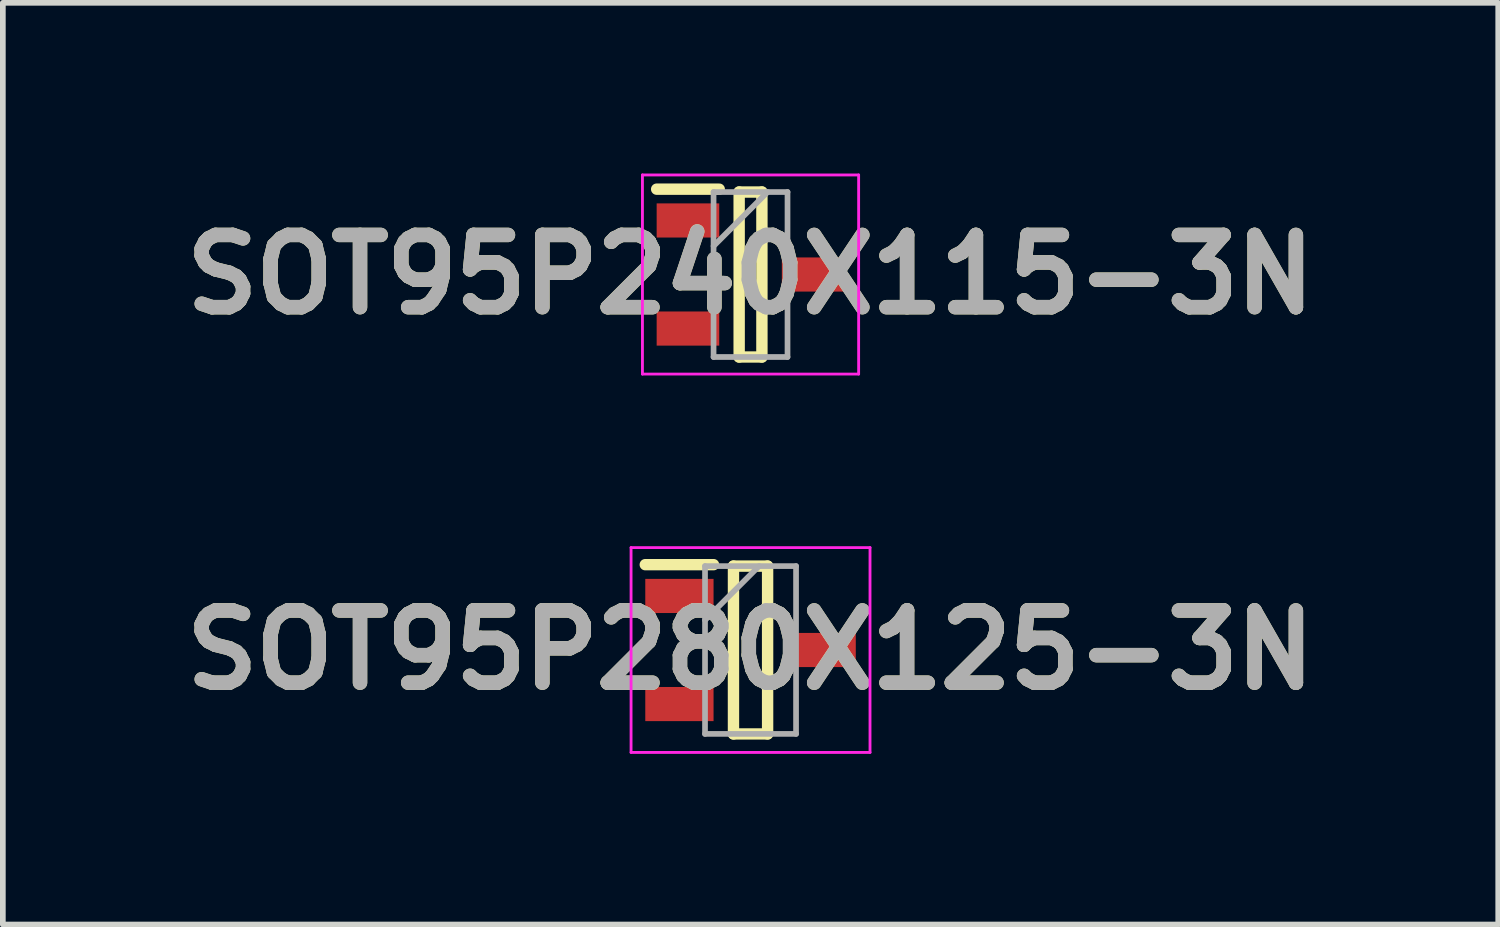
<source format=kicad_pcb>
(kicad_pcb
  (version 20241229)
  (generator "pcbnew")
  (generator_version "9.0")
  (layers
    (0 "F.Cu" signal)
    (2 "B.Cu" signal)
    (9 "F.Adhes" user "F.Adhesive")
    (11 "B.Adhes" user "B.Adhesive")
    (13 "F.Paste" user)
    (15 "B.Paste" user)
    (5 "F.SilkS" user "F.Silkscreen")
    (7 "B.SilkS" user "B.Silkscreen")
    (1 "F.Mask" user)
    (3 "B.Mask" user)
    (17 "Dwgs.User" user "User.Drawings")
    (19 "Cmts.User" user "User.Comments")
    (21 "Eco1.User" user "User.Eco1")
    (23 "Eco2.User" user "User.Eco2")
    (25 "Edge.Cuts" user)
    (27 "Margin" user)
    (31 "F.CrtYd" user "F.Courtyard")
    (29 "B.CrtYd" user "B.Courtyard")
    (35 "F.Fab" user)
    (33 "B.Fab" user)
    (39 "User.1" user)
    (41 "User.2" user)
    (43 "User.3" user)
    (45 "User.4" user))
  (footprint "SOT95P240X115-3N"
    (layer "F.Cu")
    (at 10.142 1.775)
    (property "Reference" "SOT95P240X115-3N" (at 0 0 0) (layer "F.SilkS") (effects (font (size 1.27 1.27) (thickness 0.254))))
    (attr smd)
    (fp_line (start -1.65 -1.5) (end -0.55 -1.5) (stroke (width 0.2) (type solid)) (layer "F.SilkS"))
    (fp_line (start -0.2 -1.45) (end 0.2 -1.45) (stroke (width 0.2) (type solid)) (layer "F.SilkS"))
    (fp_line (start -0.2 1.45) (end -0.2 -1.45) (stroke (width 0.2) (type solid)) (layer "F.SilkS"))
    (fp_line (start 0.2 -1.45) (end 0.2 1.45) (stroke (width 0.2) (type solid)) (layer "F.SilkS"))
    (fp_line (start 0.2 1.45) (end -0.2 1.45) (stroke (width 0.2) (type solid)) (layer "F.SilkS"))
    (fp_line (start -1.9 -1.75) (end 1.9 -1.75) (stroke (width 0.05) (type solid)) (layer "F.CrtYd"))
    (fp_line (start -1.9 1.75) (end -1.9 -1.75) (stroke (width 0.05) (type solid)) (layer "F.CrtYd"))
    (fp_line (start 1.9 -1.75) (end 1.9 1.75) (stroke (width 0.05) (type solid)) (layer "F.CrtYd"))
    (fp_line (start 1.9 1.75) (end -1.9 1.75) (stroke (width 0.05) (type solid)) (layer "F.CrtYd"))
    (fp_line (start -0.65 -1.45) (end 0.65 -1.45) (stroke (width 0.1) (type solid)) (layer "F.Fab"))
    (fp_line (start -0.65 -0.5) (end 0.3 -1.45) (stroke (width 0.1) (type solid)) (layer "F.Fab"))
    (fp_line (start -0.65 1.45) (end -0.65 -1.45) (stroke (width 0.1) (type solid)) (layer "F.Fab"))
    (fp_line (start 0.65 -1.45) (end 0.65 1.45) (stroke (width 0.1) (type solid)) (layer "F.Fab"))
    (fp_line (start 0.65 1.45) (end -0.65 1.45) (stroke (width 0.1) (type solid)) (layer "F.Fab"))
    (fp_text user "${REFERENCE}" (at 0 0 0) (layer "F.Fab") (effects (font (size 1.27 1.27) (thickness 0.254))))
    (pad "1" smd rect (at -1.1 -0.95 90) (size 0.6 1.1) (layers "F.Cu" "F.Mask" "F.Paste"))
    (pad "2" smd rect (at -1.1 0.95 90) (size 0.6 1.1) (layers "F.Cu" "F.Mask" "F.Paste"))
    (pad "3" smd rect (at 1.1 0 90) (size 0.6 1.1) (layers "F.Cu" "F.Mask" "F.Paste")))
  (footprint "SOT95P280X125-3N"
    (layer "F.Cu")
    (at 10.142 8.375)
    (property "Reference" "SOT95P280X125-3N" (at 0 0 0) (layer "F.SilkS") (effects (font (size 1.27 1.27) (thickness 0.254))))
    (attr smd)
    (fp_line (start -1.85 -1.5) (end -0.65 -1.5) (stroke (width 0.2) (type solid)) (layer "F.SilkS"))
    (fp_line (start -0.3 -1.475) (end 0.3 -1.475) (stroke (width 0.2) (type solid)) (layer "F.SilkS"))
    (fp_line (start -0.3 1.475) (end -0.3 -1.475) (stroke (width 0.2) (type solid)) (layer "F.SilkS"))
    (fp_line (start 0.3 -1.475) (end 0.3 1.475) (stroke (width 0.2) (type solid)) (layer "F.SilkS"))
    (fp_line (start 0.3 1.475) (end -0.3 1.475) (stroke (width 0.2) (type solid)) (layer "F.SilkS"))
    (fp_line (start -2.1 -1.8) (end 2.1 -1.8) (stroke (width 0.05) (type solid)) (layer "F.CrtYd"))
    (fp_line (start -2.1 1.8) (end -2.1 -1.8) (stroke (width 0.05) (type solid)) (layer "F.CrtYd"))
    (fp_line (start 2.1 -1.8) (end 2.1 1.8) (stroke (width 0.05) (type solid)) (layer "F.CrtYd"))
    (fp_line (start 2.1 1.8) (end -2.1 1.8) (stroke (width 0.05) (type solid)) (layer "F.CrtYd"))
    (fp_line (start -0.8 -1.475) (end 0.8 -1.475) (stroke (width 0.1) (type solid)) (layer "F.Fab"))
    (fp_line (start -0.8 -0.525) (end 0.15 -1.475) (stroke (width 0.1) (type solid)) (layer "F.Fab"))
    (fp_line (start -0.8 1.475) (end -0.8 -1.475) (stroke (width 0.1) (type solid)) (layer "F.Fab"))
    (fp_line (start 0.8 -1.475) (end 0.8 1.475) (stroke (width 0.1) (type solid)) (layer "F.Fab"))
    (fp_line (start 0.8 1.475) (end -0.8 1.475) (stroke (width 0.1) (type solid)) (layer "F.Fab"))
    (fp_text user "${REFERENCE}" (at 0 0 0) (layer "F.Fab") (effects (font (size 1.27 1.27) (thickness 0.254))))
    (pad "1" smd rect (at -1.25 -0.95 90) (size 0.6 1.2) (layers "F.Cu" "F.Mask" "F.Paste"))
    (pad "2" smd rect (at -1.25 0.95 90) (size 0.6 1.2) (layers "F.Cu" "F.Mask" "F.Paste"))
    (pad "3" smd rect (at 1.25 0 90) (size 0.6 1.2) (layers "F.Cu" "F.Mask" "F.Paste")))
  (gr_rect
    (start -3 -3)
    (end 23.284 13.2)
    (stroke (width 0.1) (type default))
    (fill no)
    (layer "Edge.Cuts")))
</source>
